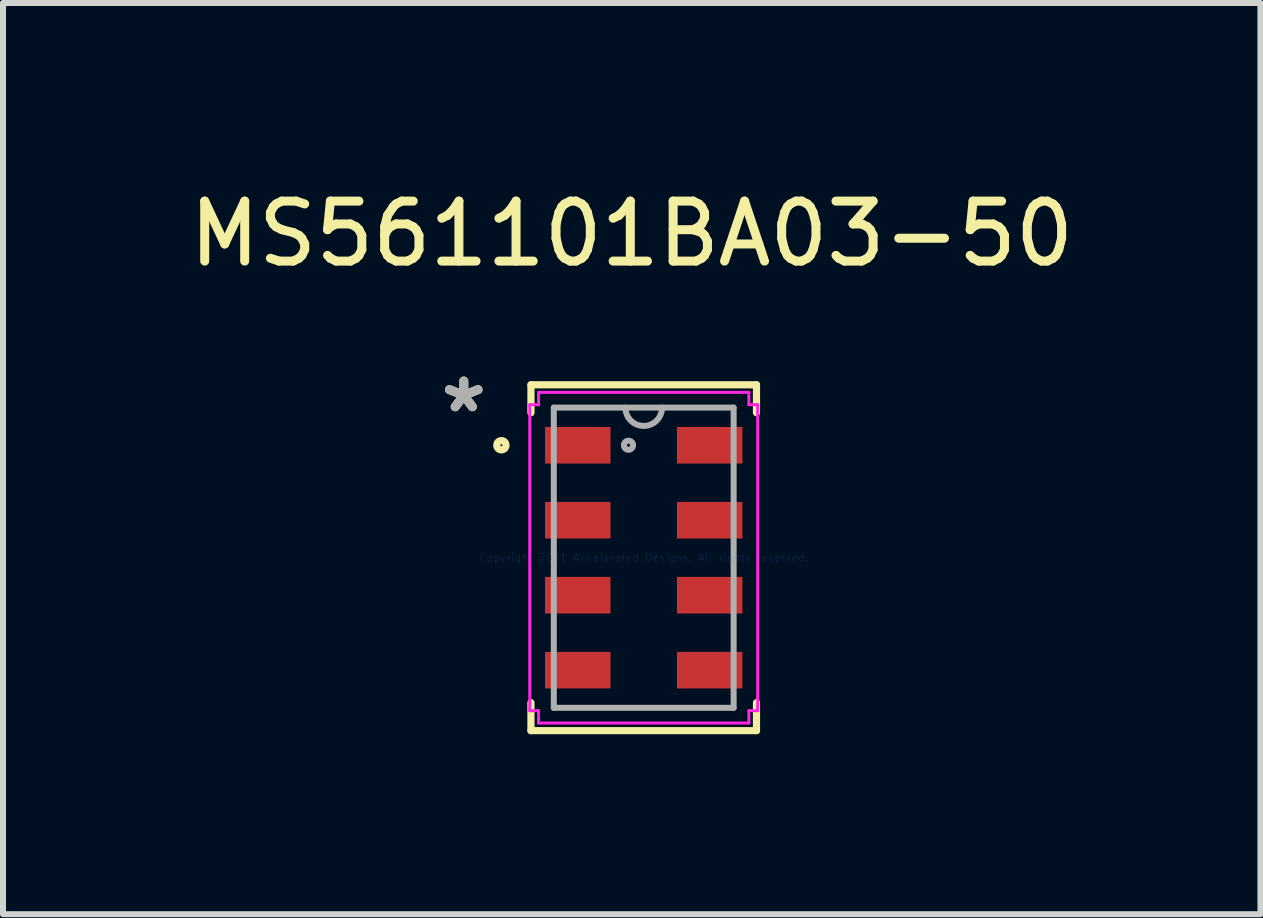
<source format=kicad_pcb>
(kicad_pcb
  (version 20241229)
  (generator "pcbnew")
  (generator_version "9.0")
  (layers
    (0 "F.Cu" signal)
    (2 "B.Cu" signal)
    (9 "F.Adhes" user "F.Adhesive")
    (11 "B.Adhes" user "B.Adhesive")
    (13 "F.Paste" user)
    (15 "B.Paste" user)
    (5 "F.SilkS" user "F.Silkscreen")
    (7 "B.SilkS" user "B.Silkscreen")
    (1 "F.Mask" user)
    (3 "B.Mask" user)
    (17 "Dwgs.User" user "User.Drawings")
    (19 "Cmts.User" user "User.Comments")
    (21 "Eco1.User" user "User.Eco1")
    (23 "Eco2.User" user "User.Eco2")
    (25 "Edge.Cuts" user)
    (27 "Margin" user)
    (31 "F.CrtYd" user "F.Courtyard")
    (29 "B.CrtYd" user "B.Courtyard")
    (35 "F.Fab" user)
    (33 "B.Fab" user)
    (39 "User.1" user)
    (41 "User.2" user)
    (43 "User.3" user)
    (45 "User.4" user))
  (footprint "MS561101BA03-50"
    (layer "F.Cu")
    (at 7.682 6.248)
    (property "Reference" "MS561101BA03-50" (at -0.2 -5.4 0) (layer "F.SilkS") (effects (font (size 1 1) (thickness 0.15))))
    (attr through_hole)
    (fp_poly (pts (xy -1.646 -2.18) (xy -1.646 -1.57) (xy -0.554 -1.57) (xy -0.554 -2.18)) (stroke (width 0.1) (type solid)) (fill yes) (layer "F.Mask"))
    (fp_poly (pts (xy -1.646 -0.93) (xy -1.646 -0.32) (xy -0.554 -0.32) (xy -0.554 -0.93)) (stroke (width 0.1) (type solid)) (fill yes) (layer "F.Mask"))
    (fp_poly (pts (xy -1.646 0.32) (xy -1.646 0.93) (xy -0.554 0.93) (xy -0.554 0.32)) (stroke (width 0.1) (type solid)) (fill yes) (layer "F.Mask"))
    (fp_poly (pts (xy -1.646 1.57) (xy -1.646 2.18) (xy -0.554 2.18) (xy -0.554 1.57)) (stroke (width 0.1) (type solid)) (fill yes) (layer "F.Mask"))
    (fp_poly (pts (xy 0.554 -2.18) (xy 0.554 -1.57) (xy 1.646 -1.57) (xy 1.646 -2.18)) (stroke (width 0.1) (type solid)) (fill yes) (layer "F.Mask"))
    (fp_poly (pts (xy 0.554 -0.93) (xy 0.554 -0.32) (xy 1.646 -0.32) (xy 1.646 -0.93)) (stroke (width 0.1) (type solid)) (fill yes) (layer "F.Mask"))
    (fp_poly (pts (xy 0.554 0.32) (xy 0.554 0.93) (xy 1.646 0.93) (xy 1.646 0.32)) (stroke (width 0.1) (type solid)) (fill yes) (layer "F.Mask"))
    (fp_poly (pts (xy 0.554 1.57) (xy 0.554 2.18) (xy 1.646 2.18) (xy 1.646 1.57)) (stroke (width 0.1) (type solid)) (fill yes) (layer "F.Mask"))
    (fp_line (start -1.88 -2.883) (end -1.88 -2.417) (stroke (width 0.12) (type solid)) (layer "F.SilkS"))
    (fp_line (start -1.88 2.417) (end -1.88 2.883) (stroke (width 0.12) (type solid)) (layer "F.SilkS"))
    (fp_line (start -1.88 2.883) (end 1.88 2.883) (stroke (width 0.12) (type solid)) (layer "F.SilkS"))
    (fp_line (start 1.88 -2.883) (end -1.88 -2.883) (stroke (width 0.12) (type solid)) (layer "F.SilkS"))
    (fp_line (start 1.88 -2.417) (end 1.88 -2.883) (stroke (width 0.12) (type solid)) (layer "F.SilkS"))
    (fp_line (start 1.88 2.883) (end 1.88 2.417) (stroke (width 0.12) (type solid)) (layer "F.SilkS"))
    (fp_circle (center -2.373 -1.875) (end -2.296 -1.875) (stroke (width 0.12) (type solid)) (fill no) (layer "F.SilkS"))
    (fp_poly (pts (xy -1.646 -2.18) (xy -1.646 -1.57) (xy -0.554 -1.57) (xy -0.554 -2.18)) (stroke (width 0.1) (type solid)) (fill yes) (layer "F.Paste"))
    (fp_poly (pts (xy -1.646 -0.93) (xy -1.646 -0.32) (xy -0.554 -0.32) (xy -0.554 -0.93)) (stroke (width 0.1) (type solid)) (fill yes) (layer "F.Paste"))
    (fp_poly (pts (xy -1.646 0.32) (xy -1.646 0.93) (xy -0.554 0.93) (xy -0.554 0.32)) (stroke (width 0.1) (type solid)) (fill yes) (layer "F.Paste"))
    (fp_poly (pts (xy -1.646 1.57) (xy -1.646 2.18) (xy -0.554 2.18) (xy -0.554 1.57)) (stroke (width 0.1) (type solid)) (fill yes) (layer "F.Paste"))
    (fp_poly (pts (xy 0.554 -2.18) (xy 0.554 -1.57) (xy 1.646 -1.57) (xy 1.646 -2.18)) (stroke (width 0.1) (type solid)) (fill yes) (layer "F.Paste"))
    (fp_poly (pts (xy 0.554 -0.93) (xy 0.554 -0.32) (xy 1.646 -0.32) (xy 1.646 -0.93)) (stroke (width 0.1) (type solid)) (fill yes) (layer "F.Paste"))
    (fp_poly (pts (xy 0.554 0.32) (xy 0.554 0.93) (xy 1.646 0.93) (xy 1.646 0.32)) (stroke (width 0.1) (type solid)) (fill yes) (layer "F.Paste"))
    (fp_poly (pts (xy 0.554 1.57) (xy 0.554 2.18) (xy 1.646 2.18) (xy 1.646 1.57)) (stroke (width 0.1) (type solid)) (fill yes) (layer "F.Paste"))
    (fp_line (start -1.9 -2.551) (end -1.753 -2.551) (stroke (width 0.05) (type solid)) (layer "F.CrtYd"))
    (fp_line (start -1.9 2.551) (end -1.9 -2.551) (stroke (width 0.05) (type solid)) (layer "F.CrtYd"))
    (fp_line (start -1.753 -2.756) (end 1.753 -2.756) (stroke (width 0.05) (type solid)) (layer "F.CrtYd"))
    (fp_line (start -1.753 -2.551) (end -1.753 -2.756) (stroke (width 0.05) (type solid)) (layer "F.CrtYd"))
    (fp_line (start -1.753 2.551) (end -1.9 2.551) (stroke (width 0.05) (type solid)) (layer "F.CrtYd"))
    (fp_line (start -1.753 2.756) (end -1.753 2.551) (stroke (width 0.05) (type solid)) (layer "F.CrtYd"))
    (fp_line (start 1.753 -2.756) (end 1.753 -2.551) (stroke (width 0.05) (type solid)) (layer "F.CrtYd"))
    (fp_line (start 1.753 -2.551) (end 1.9 -2.551) (stroke (width 0.05) (type solid)) (layer "F.CrtYd"))
    (fp_line (start 1.753 2.551) (end 1.753 2.756) (stroke (width 0.05) (type solid)) (layer "F.CrtYd"))
    (fp_line (start 1.753 2.756) (end -1.753 2.756) (stroke (width 0.05) (type solid)) (layer "F.CrtYd"))
    (fp_line (start 1.9 -2.551) (end 1.9 2.551) (stroke (width 0.05) (type solid)) (layer "F.CrtYd"))
    (fp_line (start 1.9 2.551) (end 1.753 2.551) (stroke (width 0.05) (type solid)) (layer "F.CrtYd"))
    (fp_line (start -1.499 -2.502) (end -1.499 2.502) (stroke (width 0.1) (type solid)) (layer "F.Fab"))
    (fp_line (start -1.499 2.502) (end 1.499 2.502) (stroke (width 0.1) (type solid)) (layer "F.Fab"))
    (fp_line (start 1.499 -2.502) (end -1.499 -2.502) (stroke (width 0.1) (type solid)) (layer "F.Fab"))
    (fp_line (start 1.499 2.502) (end 1.499 -2.502) (stroke (width 0.1) (type solid)) (layer "F.Fab"))
    (fp_arc (start 0.3048 -2.5019) (mid 0 -2.1971) (end -0.3048 -2.5019) (stroke (width 0.1) (type solid)) (layer "F.Fab"))
    (fp_circle (center -0.254 -1.875) (end -0.178 -1.875) (stroke (width 0.1) (type solid)) (fill no) (layer "F.Fab"))
    (fp_text user "*" (at -3 -2.4 0) (layer "F.SilkS") (effects (font (size 1 1) (thickness 0.15))))
    (fp_text user "Copyright 2021 Accelerated Designs. All rights reserved." (at 0 0 0) (layer "Cmts.User") (effects (font (size 0.127 0.127) (thickness 0.002))))
    (fp_text user "*" (at -3 -2.4 0) (layer "F.Fab") (effects (font (size 1 1) (thickness 0.15))))
    (pad "1" smd rect (at -1.1 -1.875) (size 1.092 0.61) (layers "F.Cu" "F.Mask" "F.Paste"))
    (pad "2" smd rect (at -1.1 -0.625) (size 1.092 0.61) (layers "F.Cu" "F.Mask" "F.Paste"))
    (pad "3" smd rect (at -1.1 0.625) (size 1.092 0.61) (layers "F.Cu" "F.Mask" "F.Paste"))
    (pad "4" smd rect (at -1.1 1.875) (size 1.092 0.61) (layers "F.Cu" "F.Mask" "F.Paste"))
    (pad "5" smd rect (at 1.1 1.875) (size 1.092 0.61) (layers "F.Cu" "F.Mask" "F.Paste"))
    (pad "6" smd rect (at 1.1 0.625) (size 1.092 0.61) (layers "F.Cu" "F.Mask" "F.Paste"))
    (pad "7" smd rect (at 1.1 -0.625) (size 1.092 0.61) (layers "F.Cu" "F.Mask" "F.Paste"))
    (pad "8" smd rect (at 1.1 -1.875) (size 1.092 0.61) (layers "F.Cu" "F.Mask" "F.Paste")))
  (gr_rect
    (start -3 -3)
    (end 17.964 12.191)
    (stroke (width 0.1) (type default))
    (fill no)
    (layer "Edge.Cuts")))
</source>
